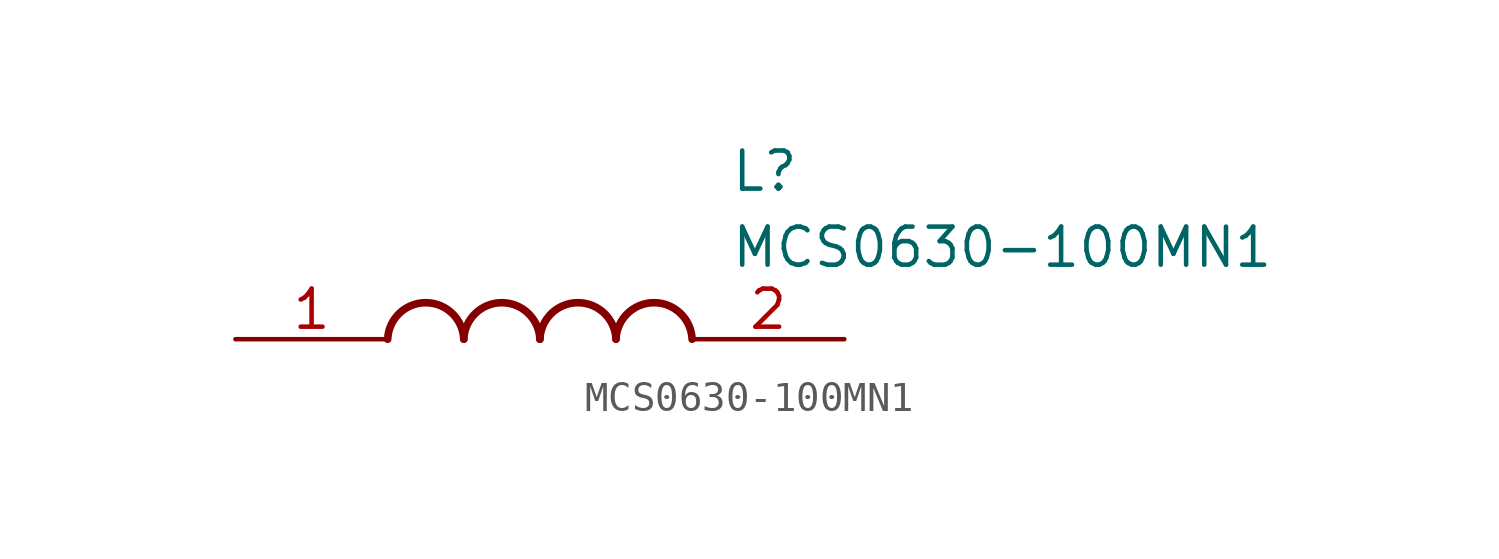
<source format=kicad_sym>
(kicad_symbol_lib
  (version 20211014)
  (generator SamacSys_ECAD_Model)
  (symbol "MCS0630-100MN1"
    (pin_names hide)
    (property "Reference" "L"
      (at 16.51 6.35 0)
      (effects (font (size 1.27 1.27)) (justify left top)))
    (property "Value" "MCS0630-100MN1"
      (at 16.51 3.81 0)
      (effects (font (size 1.27 1.27)) (justify left top)))
    (arc
      (start 7.62 0)
      (mid 6.35 1.219)
      (end 5.08 0)
      (stroke (width 0.254) (type default))
      (fill (type none)))
    (arc
      (start 10.16 0)
      (mid 8.89 1.219)
      (end 7.62 0)
      (stroke (width 0.254) (type default))
      (fill (type none)))
    (arc
      (start 12.7 0)
      (mid 11.43 1.219)
      (end 10.16 0)
      (stroke (width 0.254) (type default))
      (fill (type none)))
    (arc
      (start 15.24 0)
      (mid 13.97 1.219)
      (end 12.7 0)
      (stroke (width 0.254) (type default))
      (fill (type none)))
    (pin passive line
      (at 0 0 0)
      (length 5.08)
      (name "1" (effects (font (size 1.27 1.27))))
      (number "1" (effects (font (size 1.27 1.27)))))
    (pin passive line
      (at 20.32 0 180)
      (length 5.08)
      (name "2" (effects (font (size 1.27 1.27))))
      (number "2" (effects (font (size 1.27 1.27)))))))
</source>
